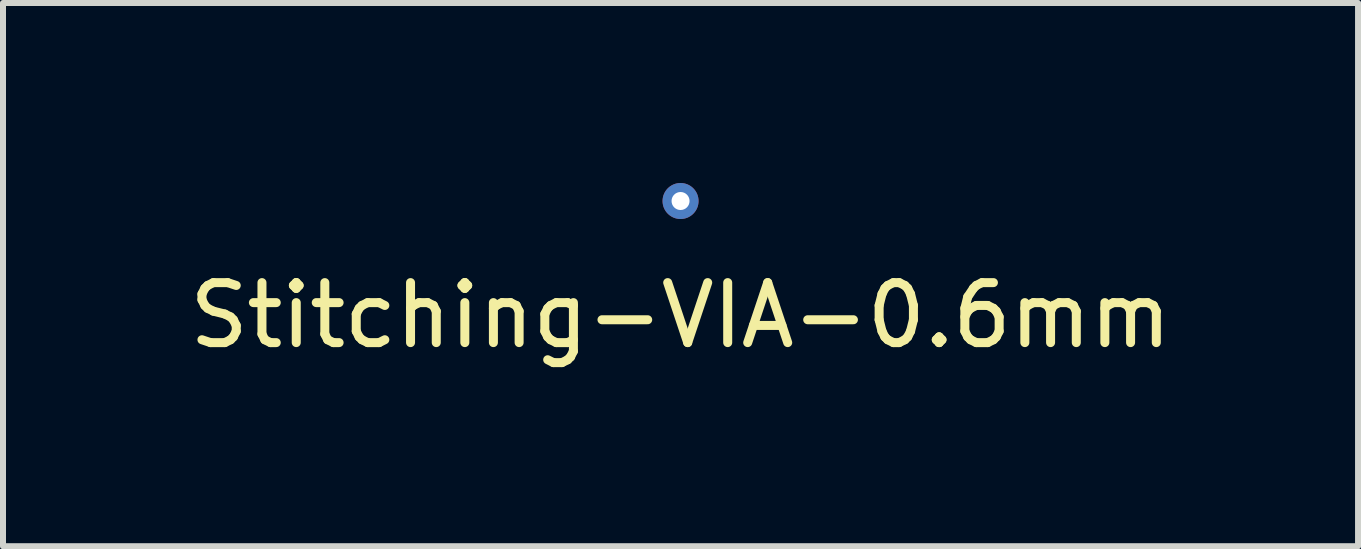
<source format=kicad_pcb>
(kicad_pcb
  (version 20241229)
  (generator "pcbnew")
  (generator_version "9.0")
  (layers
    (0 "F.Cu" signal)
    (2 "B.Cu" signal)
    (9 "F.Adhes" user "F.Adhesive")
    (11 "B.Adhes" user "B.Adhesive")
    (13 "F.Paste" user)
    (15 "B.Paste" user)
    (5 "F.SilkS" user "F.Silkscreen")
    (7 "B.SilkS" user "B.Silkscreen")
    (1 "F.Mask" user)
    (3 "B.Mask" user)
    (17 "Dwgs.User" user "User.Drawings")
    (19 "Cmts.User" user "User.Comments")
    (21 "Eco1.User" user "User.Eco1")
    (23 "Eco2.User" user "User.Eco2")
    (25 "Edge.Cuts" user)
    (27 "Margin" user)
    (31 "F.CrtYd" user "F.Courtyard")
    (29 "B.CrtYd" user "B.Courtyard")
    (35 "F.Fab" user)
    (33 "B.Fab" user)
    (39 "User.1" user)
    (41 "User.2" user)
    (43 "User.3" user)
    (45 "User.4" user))
  (footprint "Stitching-VIA-0.6mm"
    (layer "F.Cu")
    (at 8.292 0.3)
    (property "Reference" "Stitching-VIA-0.6mm" (at 0 1.905 0) (layer "F.SilkS") (effects (font (size 1 1) (thickness 0.15))))
    (attr through_hole)
    (pad "1" thru_hole circle (at 0 0) (size 0.6 0.6) (drill 0.3) (layers "*.Cu")))
  (gr_rect
    (start -3 -3)
    (end 19.583 6.053)
    (stroke (width 0.1) (type default))
    (fill no)
    (layer "Edge.Cuts")))
</source>
